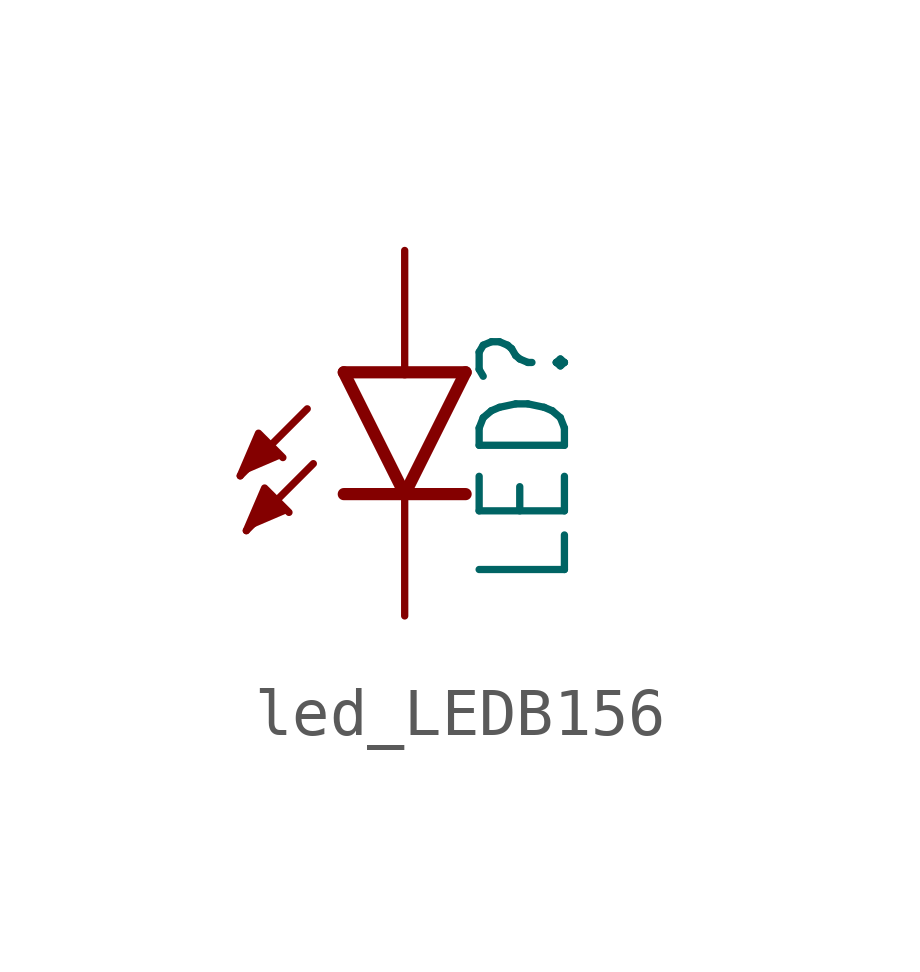
<source format=kicad_sym>
(kicad_symbol_lib
  (version 20241209)
  (generator "kicad_symbol_editor")
  (generator_version "9.0")
  (symbol "led_LEDB156"
    (property "Reference" "LED"
      (at 3.556 -4.572 90)
      (effects (font (size 1.778 1.511)) (justify left bottom)))
    (property "Value" ""
      (at 5.715 -4.572 90)
      (effects (font (size 1.778 1.511)) (justify left bottom)))
    (property "ki_locked" ""
      (at 0 0 0)
      (effects (font (size 1.27 1.27))))
    (symbol "led_LEDB156_1_0"
      (polyline (pts (xy -3.429 -2.159) (xy -3.048 -1.27) (xy -2.54 -1.778)) (stroke (width 0.152) (type solid)) (fill (type outline)))
      (polyline (pts (xy -3.302 -3.302) (xy -2.921 -2.413) (xy -2.413 -2.921)) (stroke (width 0.152) (type solid)) (fill (type outline)))
      (polyline (pts (xy -2.032 -0.762) (xy -3.429 -2.159)) (stroke (width 0.152) (type solid)) (fill (type none)))
      (polyline (pts (xy -1.905 -1.905) (xy -3.302 -3.302)) (stroke (width 0.152) (type solid)) (fill (type none)))
      (polyline (pts (xy 0 0) (xy -1.27 0)) (stroke (width 0.254) (type solid)) (fill (type none)))
      (polyline (pts (xy 0 -2.54) (xy -1.27 0)) (stroke (width 0.254) (type solid)) (fill (type none)))
      (polyline (pts (xy 0 -2.54) (xy -1.27 -2.54)) (stroke (width 0.254) (type solid)) (fill (type none)))
      (polyline (pts (xy 1.27 0) (xy 0 0)) (stroke (width 0.254) (type solid)) (fill (type none)))
      (polyline (pts (xy 1.27 0) (xy 0 -2.54)) (stroke (width 0.254) (type solid)) (fill (type none)))
      (polyline (pts (xy 1.27 -2.54) (xy 0 -2.54)) (stroke (width 0.254) (type solid)) (fill (type none)))
      (pin passive line (at 0 2.54 270) (length 2.54) (name "A" (effects (font (size 0 0)))) (number "A" (effects (font (size 0 0)))))
      (pin passive line (at 0 -5.08 90) (length 2.54) (name "C" (effects (font (size 0 0)))) (number "K" (effects (font (size 0 0))))))))
</source>
